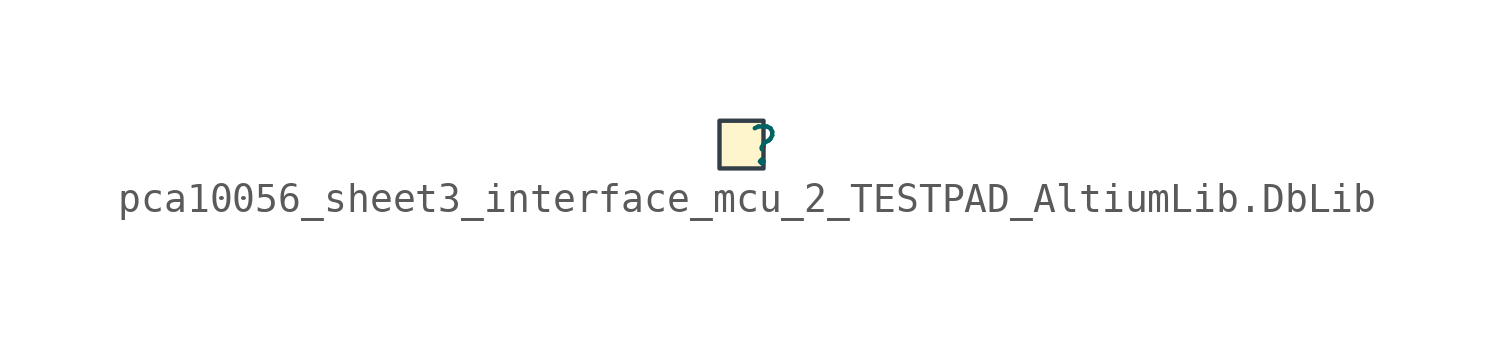
<source format=kicad_sym>
(kicad_symbol_lib
  (version 20241209)
  (generator "kicad_symbol_editor")
  (generator_version "9.0")
  (symbol "pca10056_sheet3_interface_mcu_2_TESTPAD_AltiumLib.DbLib"
    (pin_numbers
      (hide yes))
    (pin_names
      (hide yes))
    (property "Reference" ""
      (at 0 0 0)
      (effects (font (size 1.27 1.27))))
    (property "Value" ""
      (at 0 0 0)
      (effects (font (size 1.27 1.27))))
    (symbol "pca10056_sheet3_interface_mcu_2_TESTPAD_AltiumLib.DbLib_1_0"
      (rectangle (start 0 0.889) (end -1.524 -0.762) (stroke (width 0) (type solid) (color 51 63 72 1)) (fill (type color) (color 255 245 204 1)))
      (pin passive line (at 0 0 180) (length 0) (name "1" (effects (font (size 1.27 1.27)))) (number "1" (effects (font (size 1.27 1.27))))))))
</source>
